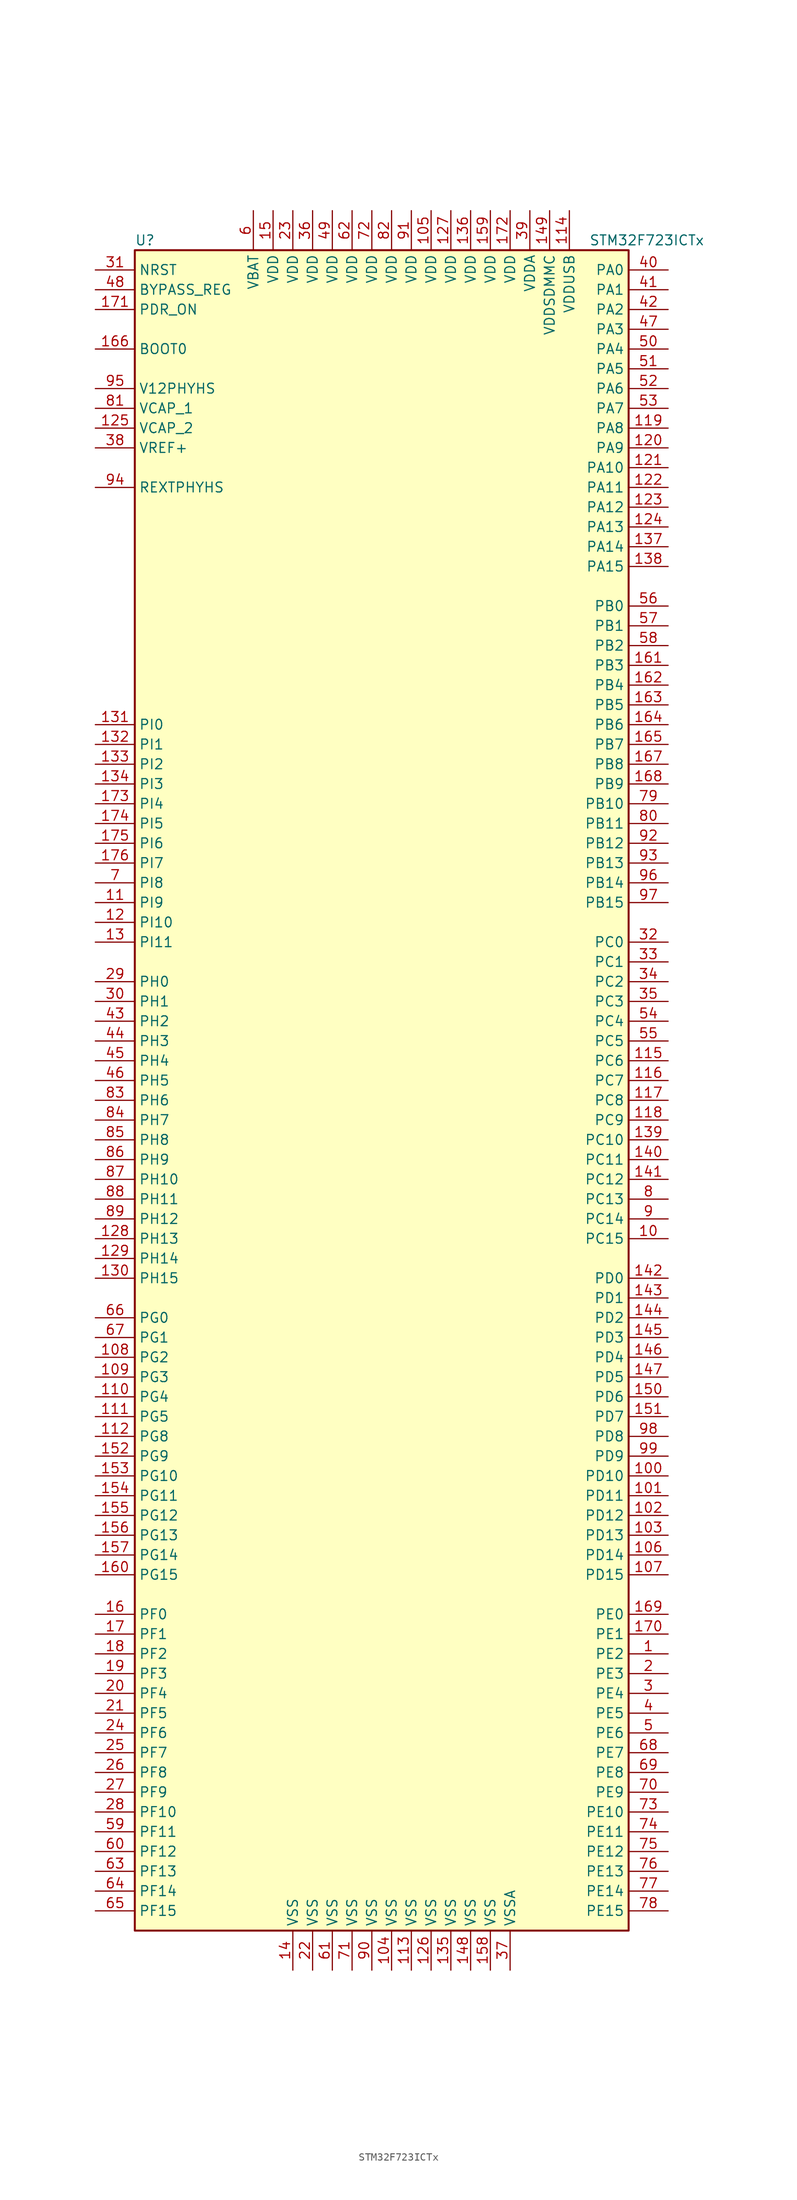
<source format=kicad_sym>
(kicad_symbol_lib
  (version 20211014)
  (generator kicad_symbol_editor)
  (symbol "STM32F723ICTx"
    (property "Reference" "U"
      (at -33.02 107.95 0)
      (effects (font (size 1.27 1.27)) (justify left)))
    (property "Value" "STM32F723ICTx"
      (at 25.4 107.95 0)
      (effects (font (size 1.27 1.27)) (justify left)))
    (symbol "STM32F723ICTx_0_1"
      (rectangle (start -33.02 -109.22) (end 30.48 106.68) (stroke (width 0.254) (type default) (color 0 0 0 0)) (fill (type background))))
    (symbol "STM32F723ICTx_1_1"
      (pin bidirectional line (at 35.56 -73.66 180) (length 5.08) (name "PE2" (effects (font (size 1.27 1.27)))) (number "1" (effects (font (size 1.27 1.27)))))
      (pin bidirectional line (at 35.56 -20.32 180) (length 5.08) (name "PC15" (effects (font (size 1.27 1.27)))) (number "10" (effects (font (size 1.27 1.27)))))
      (pin bidirectional line (at 35.56 -50.8 180) (length 5.08) (name "PD10" (effects (font (size 1.27 1.27)))) (number "100" (effects (font (size 1.27 1.27)))))
      (pin bidirectional line (at 35.56 -53.34 180) (length 5.08) (name "PD11" (effects (font (size 1.27 1.27)))) (number "101" (effects (font (size 1.27 1.27)))))
      (pin bidirectional line (at 35.56 -55.88 180) (length 5.08) (name "PD12" (effects (font (size 1.27 1.27)))) (number "102" (effects (font (size 1.27 1.27)))))
      (pin bidirectional line (at 35.56 -58.42 180) (length 5.08) (name "PD13" (effects (font (size 1.27 1.27)))) (number "103" (effects (font (size 1.27 1.27)))))
      (pin power_in line (at 0 -114.3 90) (length 5.08) (name "VSS" (effects (font (size 1.27 1.27)))) (number "104" (effects (font (size 1.27 1.27)))))
      (pin power_in line (at 5.08 111.76 270) (length 5.08) (name "VDD" (effects (font (size 1.27 1.27)))) (number "105" (effects (font (size 1.27 1.27)))))
      (pin bidirectional line (at 35.56 -60.96 180) (length 5.08) (name "PD14" (effects (font (size 1.27 1.27)))) (number "106" (effects (font (size 1.27 1.27)))))
      (pin bidirectional line (at 35.56 -63.5 180) (length 5.08) (name "PD15" (effects (font (size 1.27 1.27)))) (number "107" (effects (font (size 1.27 1.27)))))
      (pin bidirectional line (at -38.1 -35.56 0) (length 5.08) (name "PG2" (effects (font (size 1.27 1.27)))) (number "108" (effects (font (size 1.27 1.27)))))
      (pin bidirectional line (at -38.1 -38.1 0) (length 5.08) (name "PG3" (effects (font (size 1.27 1.27)))) (number "109" (effects (font (size 1.27 1.27)))))
      (pin bidirectional line (at -38.1 22.86 0) (length 5.08) (name "PI9" (effects (font (size 1.27 1.27)))) (number "11" (effects (font (size 1.27 1.27)))))
      (pin bidirectional line (at -38.1 -40.64 0) (length 5.08) (name "PG4" (effects (font (size 1.27 1.27)))) (number "110" (effects (font (size 1.27 1.27)))))
      (pin bidirectional line (at -38.1 -43.18 0) (length 5.08) (name "PG5" (effects (font (size 1.27 1.27)))) (number "111" (effects (font (size 1.27 1.27)))))
      (pin bidirectional line (at -38.1 -45.72 0) (length 5.08) (name "PG8" (effects (font (size 1.27 1.27)))) (number "112" (effects (font (size 1.27 1.27)))))
      (pin power_in line (at 2.54 -114.3 90) (length 5.08) (name "VSS" (effects (font (size 1.27 1.27)))) (number "113" (effects (font (size 1.27 1.27)))))
      (pin power_in line (at 22.86 111.76 270) (length 5.08) (name "VDDUSB" (effects (font (size 1.27 1.27)))) (number "114" (effects (font (size 1.27 1.27)))))
      (pin bidirectional line (at 35.56 2.54 180) (length 5.08) (name "PC6" (effects (font (size 1.27 1.27)))) (number "115" (effects (font (size 1.27 1.27)))))
      (pin bidirectional line (at 35.56 0 180) (length 5.08) (name "PC7" (effects (font (size 1.27 1.27)))) (number "116" (effects (font (size 1.27 1.27)))))
      (pin bidirectional line (at 35.56 -2.54 180) (length 5.08) (name "PC8" (effects (font (size 1.27 1.27)))) (number "117" (effects (font (size 1.27 1.27)))))
      (pin bidirectional line (at 35.56 -5.08 180) (length 5.08) (name "PC9" (effects (font (size 1.27 1.27)))) (number "118" (effects (font (size 1.27 1.27)))))
      (pin bidirectional line (at 35.56 83.82 180) (length 5.08) (name "PA8" (effects (font (size 1.27 1.27)))) (number "119" (effects (font (size 1.27 1.27)))))
      (pin bidirectional line (at -38.1 20.32 0) (length 5.08) (name "PI10" (effects (font (size 1.27 1.27)))) (number "12" (effects (font (size 1.27 1.27)))))
      (pin bidirectional line (at 35.56 81.28 180) (length 5.08) (name "PA9" (effects (font (size 1.27 1.27)))) (number "120" (effects (font (size 1.27 1.27)))))
      (pin bidirectional line (at 35.56 78.74 180) (length 5.08) (name "PA10" (effects (font (size 1.27 1.27)))) (number "121" (effects (font (size 1.27 1.27)))))
      (pin bidirectional line (at 35.56 76.2 180) (length 5.08) (name "PA11" (effects (font (size 1.27 1.27)))) (number "122" (effects (font (size 1.27 1.27)))))
      (pin bidirectional line (at 35.56 73.66 180) (length 5.08) (name "PA12" (effects (font (size 1.27 1.27)))) (number "123" (effects (font (size 1.27 1.27)))))
      (pin bidirectional line (at 35.56 71.12 180) (length 5.08) (name "PA13" (effects (font (size 1.27 1.27)))) (number "124" (effects (font (size 1.27 1.27)))))
      (pin power_in line (at -38.1 83.82 0) (length 5.08) (name "VCAP_2" (effects (font (size 1.27 1.27)))) (number "125" (effects (font (size 1.27 1.27)))))
      (pin power_in line (at 5.08 -114.3 90) (length 5.08) (name "VSS" (effects (font (size 1.27 1.27)))) (number "126" (effects (font (size 1.27 1.27)))))
      (pin power_in line (at 7.62 111.76 270) (length 5.08) (name "VDD" (effects (font (size 1.27 1.27)))) (number "127" (effects (font (size 1.27 1.27)))))
      (pin bidirectional line (at -38.1 -20.32 0) (length 5.08) (name "PH13" (effects (font (size 1.27 1.27)))) (number "128" (effects (font (size 1.27 1.27)))))
      (pin bidirectional line (at -38.1 -22.86 0) (length 5.08) (name "PH14" (effects (font (size 1.27 1.27)))) (number "129" (effects (font (size 1.27 1.27)))))
      (pin bidirectional line (at -38.1 17.78 0) (length 5.08) (name "PI11" (effects (font (size 1.27 1.27)))) (number "13" (effects (font (size 1.27 1.27)))))
      (pin bidirectional line (at -38.1 -25.4 0) (length 5.08) (name "PH15" (effects (font (size 1.27 1.27)))) (number "130" (effects (font (size 1.27 1.27)))))
      (pin bidirectional line (at -38.1 45.72 0) (length 5.08) (name "PI0" (effects (font (size 1.27 1.27)))) (number "131" (effects (font (size 1.27 1.27)))))
      (pin bidirectional line (at -38.1 43.18 0) (length 5.08) (name "PI1" (effects (font (size 1.27 1.27)))) (number "132" (effects (font (size 1.27 1.27)))))
      (pin bidirectional line (at -38.1 40.64 0) (length 5.08) (name "PI2" (effects (font (size 1.27 1.27)))) (number "133" (effects (font (size 1.27 1.27)))))
      (pin bidirectional line (at -38.1 38.1 0) (length 5.08) (name "PI3" (effects (font (size 1.27 1.27)))) (number "134" (effects (font (size 1.27 1.27)))))
      (pin power_in line (at 7.62 -114.3 90) (length 5.08) (name "VSS" (effects (font (size 1.27 1.27)))) (number "135" (effects (font (size 1.27 1.27)))))
      (pin power_in line (at 10.16 111.76 270) (length 5.08) (name "VDD" (effects (font (size 1.27 1.27)))) (number "136" (effects (font (size 1.27 1.27)))))
      (pin bidirectional line (at 35.56 68.58 180) (length 5.08) (name "PA14" (effects (font (size 1.27 1.27)))) (number "137" (effects (font (size 1.27 1.27)))))
      (pin bidirectional line (at 35.56 66.04 180) (length 5.08) (name "PA15" (effects (font (size 1.27 1.27)))) (number "138" (effects (font (size 1.27 1.27)))))
      (pin bidirectional line (at 35.56 -7.62 180) (length 5.08) (name "PC10" (effects (font (size 1.27 1.27)))) (number "139" (effects (font (size 1.27 1.27)))))
      (pin power_in line (at -12.7 -114.3 90) (length 5.08) (name "VSS" (effects (font (size 1.27 1.27)))) (number "14" (effects (font (size 1.27 1.27)))))
      (pin bidirectional line (at 35.56 -10.16 180) (length 5.08) (name "PC11" (effects (font (size 1.27 1.27)))) (number "140" (effects (font (size 1.27 1.27)))))
      (pin bidirectional line (at 35.56 -12.7 180) (length 5.08) (name "PC12" (effects (font (size 1.27 1.27)))) (number "141" (effects (font (size 1.27 1.27)))))
      (pin bidirectional line (at 35.56 -25.4 180) (length 5.08) (name "PD0" (effects (font (size 1.27 1.27)))) (number "142" (effects (font (size 1.27 1.27)))))
      (pin bidirectional line (at 35.56 -27.94 180) (length 5.08) (name "PD1" (effects (font (size 1.27 1.27)))) (number "143" (effects (font (size 1.27 1.27)))))
      (pin bidirectional line (at 35.56 -30.48 180) (length 5.08) (name "PD2" (effects (font (size 1.27 1.27)))) (number "144" (effects (font (size 1.27 1.27)))))
      (pin bidirectional line (at 35.56 -33.02 180) (length 5.08) (name "PD3" (effects (font (size 1.27 1.27)))) (number "145" (effects (font (size 1.27 1.27)))))
      (pin bidirectional line (at 35.56 -35.56 180) (length 5.08) (name "PD4" (effects (font (size 1.27 1.27)))) (number "146" (effects (font (size 1.27 1.27)))))
      (pin bidirectional line (at 35.56 -38.1 180) (length 5.08) (name "PD5" (effects (font (size 1.27 1.27)))) (number "147" (effects (font (size 1.27 1.27)))))
      (pin power_in line (at 10.16 -114.3 90) (length 5.08) (name "VSS" (effects (font (size 1.27 1.27)))) (number "148" (effects (font (size 1.27 1.27)))))
      (pin power_in line (at 20.32 111.76 270) (length 5.08) (name "VDDSDMMC" (effects (font (size 1.27 1.27)))) (number "149" (effects (font (size 1.27 1.27)))))
      (pin power_in line (at -15.24 111.76 270) (length 5.08) (name "VDD" (effects (font (size 1.27 1.27)))) (number "15" (effects (font (size 1.27 1.27)))))
      (pin bidirectional line (at 35.56 -40.64 180) (length 5.08) (name "PD6" (effects (font (size 1.27 1.27)))) (number "150" (effects (font (size 1.27 1.27)))))
      (pin bidirectional line (at 35.56 -43.18 180) (length 5.08) (name "PD7" (effects (font (size 1.27 1.27)))) (number "151" (effects (font (size 1.27 1.27)))))
      (pin bidirectional line (at -38.1 -48.26 0) (length 5.08) (name "PG9" (effects (font (size 1.27 1.27)))) (number "152" (effects (font (size 1.27 1.27)))))
      (pin bidirectional line (at -38.1 -50.8 0) (length 5.08) (name "PG10" (effects (font (size 1.27 1.27)))) (number "153" (effects (font (size 1.27 1.27)))))
      (pin bidirectional line (at -38.1 -53.34 0) (length 5.08) (name "PG11" (effects (font (size 1.27 1.27)))) (number "154" (effects (font (size 1.27 1.27)))))
      (pin bidirectional line (at -38.1 -55.88 0) (length 5.08) (name "PG12" (effects (font (size 1.27 1.27)))) (number "155" (effects (font (size 1.27 1.27)))))
      (pin bidirectional line (at -38.1 -58.42 0) (length 5.08) (name "PG13" (effects (font (size 1.27 1.27)))) (number "156" (effects (font (size 1.27 1.27)))))
      (pin bidirectional line (at -38.1 -60.96 0) (length 5.08) (name "PG14" (effects (font (size 1.27 1.27)))) (number "157" (effects (font (size 1.27 1.27)))))
      (pin power_in line (at 12.7 -114.3 90) (length 5.08) (name "VSS" (effects (font (size 1.27 1.27)))) (number "158" (effects (font (size 1.27 1.27)))))
      (pin power_in line (at 12.7 111.76 270) (length 5.08) (name "VDD" (effects (font (size 1.27 1.27)))) (number "159" (effects (font (size 1.27 1.27)))))
      (pin bidirectional line (at -38.1 -68.58 0) (length 5.08) (name "PF0" (effects (font (size 1.27 1.27)))) (number "16" (effects (font (size 1.27 1.27)))))
      (pin bidirectional line (at -38.1 -63.5 0) (length 5.08) (name "PG15" (effects (font (size 1.27 1.27)))) (number "160" (effects (font (size 1.27 1.27)))))
      (pin bidirectional line (at 35.56 53.34 180) (length 5.08) (name "PB3" (effects (font (size 1.27 1.27)))) (number "161" (effects (font (size 1.27 1.27)))))
      (pin bidirectional line (at 35.56 50.8 180) (length 5.08) (name "PB4" (effects (font (size 1.27 1.27)))) (number "162" (effects (font (size 1.27 1.27)))))
      (pin bidirectional line (at 35.56 48.26 180) (length 5.08) (name "PB5" (effects (font (size 1.27 1.27)))) (number "163" (effects (font (size 1.27 1.27)))))
      (pin bidirectional line (at 35.56 45.72 180) (length 5.08) (name "PB6" (effects (font (size 1.27 1.27)))) (number "164" (effects (font (size 1.27 1.27)))))
      (pin bidirectional line (at 35.56 43.18 180) (length 5.08) (name "PB7" (effects (font (size 1.27 1.27)))) (number "165" (effects (font (size 1.27 1.27)))))
      (pin input line (at -38.1 93.98 0) (length 5.08) (name "BOOT0" (effects (font (size 1.27 1.27)))) (number "166" (effects (font (size 1.27 1.27)))))
      (pin bidirectional line (at 35.56 40.64 180) (length 5.08) (name "PB8" (effects (font (size 1.27 1.27)))) (number "167" (effects (font (size 1.27 1.27)))))
      (pin bidirectional line (at 35.56 38.1 180) (length 5.08) (name "PB9" (effects (font (size 1.27 1.27)))) (number "168" (effects (font (size 1.27 1.27)))))
      (pin bidirectional line (at 35.56 -68.58 180) (length 5.08) (name "PE0" (effects (font (size 1.27 1.27)))) (number "169" (effects (font (size 1.27 1.27)))))
      (pin bidirectional line (at -38.1 -71.12 0) (length 5.08) (name "PF1" (effects (font (size 1.27 1.27)))) (number "17" (effects (font (size 1.27 1.27)))))
      (pin bidirectional line (at 35.56 -71.12 180) (length 5.08) (name "PE1" (effects (font (size 1.27 1.27)))) (number "170" (effects (font (size 1.27 1.27)))))
      (pin input line (at -38.1 99.06 0) (length 5.08) (name "PDR_ON" (effects (font (size 1.27 1.27)))) (number "171" (effects (font (size 1.27 1.27)))))
      (pin power_in line (at 15.24 111.76 270) (length 5.08) (name "VDD" (effects (font (size 1.27 1.27)))) (number "172" (effects (font (size 1.27 1.27)))))
      (pin bidirectional line (at -38.1 35.56 0) (length 5.08) (name "PI4" (effects (font (size 1.27 1.27)))) (number "173" (effects (font (size 1.27 1.27)))))
      (pin bidirectional line (at -38.1 33.02 0) (length 5.08) (name "PI5" (effects (font (size 1.27 1.27)))) (number "174" (effects (font (size 1.27 1.27)))))
      (pin bidirectional line (at -38.1 30.48 0) (length 5.08) (name "PI6" (effects (font (size 1.27 1.27)))) (number "175" (effects (font (size 1.27 1.27)))))
      (pin bidirectional line (at -38.1 27.94 0) (length 5.08) (name "PI7" (effects (font (size 1.27 1.27)))) (number "176" (effects (font (size 1.27 1.27)))))
      (pin bidirectional line (at -38.1 -73.66 0) (length 5.08) (name "PF2" (effects (font (size 1.27 1.27)))) (number "18" (effects (font (size 1.27 1.27)))))
      (pin bidirectional line (at -38.1 -76.2 0) (length 5.08) (name "PF3" (effects (font (size 1.27 1.27)))) (number "19" (effects (font (size 1.27 1.27)))))
      (pin bidirectional line (at 35.56 -76.2 180) (length 5.08) (name "PE3" (effects (font (size 1.27 1.27)))) (number "2" (effects (font (size 1.27 1.27)))))
      (pin bidirectional line (at -38.1 -78.74 0) (length 5.08) (name "PF4" (effects (font (size 1.27 1.27)))) (number "20" (effects (font (size 1.27 1.27)))))
      (pin bidirectional line (at -38.1 -81.28 0) (length 5.08) (name "PF5" (effects (font (size 1.27 1.27)))) (number "21" (effects (font (size 1.27 1.27)))))
      (pin power_in line (at -10.16 -114.3 90) (length 5.08) (name "VSS" (effects (font (size 1.27 1.27)))) (number "22" (effects (font (size 1.27 1.27)))))
      (pin power_in line (at -12.7 111.76 270) (length 5.08) (name "VDD" (effects (font (size 1.27 1.27)))) (number "23" (effects (font (size 1.27 1.27)))))
      (pin bidirectional line (at -38.1 -83.82 0) (length 5.08) (name "PF6" (effects (font (size 1.27 1.27)))) (number "24" (effects (font (size 1.27 1.27)))))
      (pin bidirectional line (at -38.1 -86.36 0) (length 5.08) (name "PF7" (effects (font (size 1.27 1.27)))) (number "25" (effects (font (size 1.27 1.27)))))
      (pin bidirectional line (at -38.1 -88.9 0) (length 5.08) (name "PF8" (effects (font (size 1.27 1.27)))) (number "26" (effects (font (size 1.27 1.27)))))
      (pin bidirectional line (at -38.1 -91.44 0) (length 5.08) (name "PF9" (effects (font (size 1.27 1.27)))) (number "27" (effects (font (size 1.27 1.27)))))
      (pin bidirectional line (at -38.1 -93.98 0) (length 5.08) (name "PF10" (effects (font (size 1.27 1.27)))) (number "28" (effects (font (size 1.27 1.27)))))
      (pin input line (at -38.1 12.7 0) (length 5.08) (name "PH0" (effects (font (size 1.27 1.27)))) (number "29" (effects (font (size 1.27 1.27)))))
      (pin bidirectional line (at 35.56 -78.74 180) (length 5.08) (name "PE4" (effects (font (size 1.27 1.27)))) (number "3" (effects (font (size 1.27 1.27)))))
      (pin input line (at -38.1 10.16 0) (length 5.08) (name "PH1" (effects (font (size 1.27 1.27)))) (number "30" (effects (font (size 1.27 1.27)))))
      (pin input line (at -38.1 104.14 0) (length 5.08) (name "NRST" (effects (font (size 1.27 1.27)))) (number "31" (effects (font (size 1.27 1.27)))))
      (pin bidirectional line (at 35.56 17.78 180) (length 5.08) (name "PC0" (effects (font (size 1.27 1.27)))) (number "32" (effects (font (size 1.27 1.27)))))
      (pin bidirectional line (at 35.56 15.24 180) (length 5.08) (name "PC1" (effects (font (size 1.27 1.27)))) (number "33" (effects (font (size 1.27 1.27)))))
      (pin bidirectional line (at 35.56 12.7 180) (length 5.08) (name "PC2" (effects (font (size 1.27 1.27)))) (number "34" (effects (font (size 1.27 1.27)))))
      (pin bidirectional line (at 35.56 10.16 180) (length 5.08) (name "PC3" (effects (font (size 1.27 1.27)))) (number "35" (effects (font (size 1.27 1.27)))))
      (pin power_in line (at -10.16 111.76 270) (length 5.08) (name "VDD" (effects (font (size 1.27 1.27)))) (number "36" (effects (font (size 1.27 1.27)))))
      (pin power_in line (at 15.24 -114.3 90) (length 5.08) (name "VSSA" (effects (font (size 1.27 1.27)))) (number "37" (effects (font (size 1.27 1.27)))))
      (pin power_in line (at -38.1 81.28 0) (length 5.08) (name "VREF+" (effects (font (size 1.27 1.27)))) (number "38" (effects (font (size 1.27 1.27)))))
      (pin power_in line (at 17.78 111.76 270) (length 5.08) (name "VDDA" (effects (font (size 1.27 1.27)))) (number "39" (effects (font (size 1.27 1.27)))))
      (pin bidirectional line (at 35.56 -81.28 180) (length 5.08) (name "PE5" (effects (font (size 1.27 1.27)))) (number "4" (effects (font (size 1.27 1.27)))))
      (pin bidirectional line (at 35.56 104.14 180) (length 5.08) (name "PA0" (effects (font (size 1.27 1.27)))) (number "40" (effects (font (size 1.27 1.27)))))
      (pin bidirectional line (at 35.56 101.6 180) (length 5.08) (name "PA1" (effects (font (size 1.27 1.27)))) (number "41" (effects (font (size 1.27 1.27)))))
      (pin bidirectional line (at 35.56 99.06 180) (length 5.08) (name "PA2" (effects (font (size 1.27 1.27)))) (number "42" (effects (font (size 1.27 1.27)))))
      (pin bidirectional line (at -38.1 7.62 0) (length 5.08) (name "PH2" (effects (font (size 1.27 1.27)))) (number "43" (effects (font (size 1.27 1.27)))))
      (pin bidirectional line (at -38.1 5.08 0) (length 5.08) (name "PH3" (effects (font (size 1.27 1.27)))) (number "44" (effects (font (size 1.27 1.27)))))
      (pin bidirectional line (at -38.1 2.54 0) (length 5.08) (name "PH4" (effects (font (size 1.27 1.27)))) (number "45" (effects (font (size 1.27 1.27)))))
      (pin bidirectional line (at -38.1 0 0) (length 5.08) (name "PH5" (effects (font (size 1.27 1.27)))) (number "46" (effects (font (size 1.27 1.27)))))
      (pin bidirectional line (at 35.56 96.52 180) (length 5.08) (name "PA3" (effects (font (size 1.27 1.27)))) (number "47" (effects (font (size 1.27 1.27)))))
      (pin input line (at -38.1 101.6 0) (length 5.08) (name "BYPASS_REG" (effects (font (size 1.27 1.27)))) (number "48" (effects (font (size 1.27 1.27)))))
      (pin power_in line (at -7.62 111.76 270) (length 5.08) (name "VDD" (effects (font (size 1.27 1.27)))) (number "49" (effects (font (size 1.27 1.27)))))
      (pin bidirectional line (at 35.56 -83.82 180) (length 5.08) (name "PE6" (effects (font (size 1.27 1.27)))) (number "5" (effects (font (size 1.27 1.27)))))
      (pin bidirectional line (at 35.56 93.98 180) (length 5.08) (name "PA4" (effects (font (size 1.27 1.27)))) (number "50" (effects (font (size 1.27 1.27)))))
      (pin bidirectional line (at 35.56 91.44 180) (length 5.08) (name "PA5" (effects (font (size 1.27 1.27)))) (number "51" (effects (font (size 1.27 1.27)))))
      (pin bidirectional line (at 35.56 88.9 180) (length 5.08) (name "PA6" (effects (font (size 1.27 1.27)))) (number "52" (effects (font (size 1.27 1.27)))))
      (pin bidirectional line (at 35.56 86.36 180) (length 5.08) (name "PA7" (effects (font (size 1.27 1.27)))) (number "53" (effects (font (size 1.27 1.27)))))
      (pin bidirectional line (at 35.56 7.62 180) (length 5.08) (name "PC4" (effects (font (size 1.27 1.27)))) (number "54" (effects (font (size 1.27 1.27)))))
      (pin bidirectional line (at 35.56 5.08 180) (length 5.08) (name "PC5" (effects (font (size 1.27 1.27)))) (number "55" (effects (font (size 1.27 1.27)))))
      (pin bidirectional line (at 35.56 60.96 180) (length 5.08) (name "PB0" (effects (font (size 1.27 1.27)))) (number "56" (effects (font (size 1.27 1.27)))))
      (pin bidirectional line (at 35.56 58.42 180) (length 5.08) (name "PB1" (effects (font (size 1.27 1.27)))) (number "57" (effects (font (size 1.27 1.27)))))
      (pin bidirectional line (at 35.56 55.88 180) (length 5.08) (name "PB2" (effects (font (size 1.27 1.27)))) (number "58" (effects (font (size 1.27 1.27)))))
      (pin bidirectional line (at -38.1 -96.52 0) (length 5.08) (name "PF11" (effects (font (size 1.27 1.27)))) (number "59" (effects (font (size 1.27 1.27)))))
      (pin power_in line (at -17.78 111.76 270) (length 5.08) (name "VBAT" (effects (font (size 1.27 1.27)))) (number "6" (effects (font (size 1.27 1.27)))))
      (pin bidirectional line (at -38.1 -99.06 0) (length 5.08) (name "PF12" (effects (font (size 1.27 1.27)))) (number "60" (effects (font (size 1.27 1.27)))))
      (pin power_in line (at -7.62 -114.3 90) (length 5.08) (name "VSS" (effects (font (size 1.27 1.27)))) (number "61" (effects (font (size 1.27 1.27)))))
      (pin power_in line (at -5.08 111.76 270) (length 5.08) (name "VDD" (effects (font (size 1.27 1.27)))) (number "62" (effects (font (size 1.27 1.27)))))
      (pin bidirectional line (at -38.1 -101.6 0) (length 5.08) (name "PF13" (effects (font (size 1.27 1.27)))) (number "63" (effects (font (size 1.27 1.27)))))
      (pin bidirectional line (at -38.1 -104.14 0) (length 5.08) (name "PF14" (effects (font (size 1.27 1.27)))) (number "64" (effects (font (size 1.27 1.27)))))
      (pin bidirectional line (at -38.1 -106.68 0) (length 5.08) (name "PF15" (effects (font (size 1.27 1.27)))) (number "65" (effects (font (size 1.27 1.27)))))
      (pin bidirectional line (at -38.1 -30.48 0) (length 5.08) (name "PG0" (effects (font (size 1.27 1.27)))) (number "66" (effects (font (size 1.27 1.27)))))
      (pin bidirectional line (at -38.1 -33.02 0) (length 5.08) (name "PG1" (effects (font (size 1.27 1.27)))) (number "67" (effects (font (size 1.27 1.27)))))
      (pin bidirectional line (at 35.56 -86.36 180) (length 5.08) (name "PE7" (effects (font (size 1.27 1.27)))) (number "68" (effects (font (size 1.27 1.27)))))
      (pin bidirectional line (at 35.56 -88.9 180) (length 5.08) (name "PE8" (effects (font (size 1.27 1.27)))) (number "69" (effects (font (size 1.27 1.27)))))
      (pin bidirectional line (at -38.1 25.4 0) (length 5.08) (name "PI8" (effects (font (size 1.27 1.27)))) (number "7" (effects (font (size 1.27 1.27)))))
      (pin bidirectional line (at 35.56 -91.44 180) (length 5.08) (name "PE9" (effects (font (size 1.27 1.27)))) (number "70" (effects (font (size 1.27 1.27)))))
      (pin power_in line (at -5.08 -114.3 90) (length 5.08) (name "VSS" (effects (font (size 1.27 1.27)))) (number "71" (effects (font (size 1.27 1.27)))))
      (pin power_in line (at -2.54 111.76 270) (length 5.08) (name "VDD" (effects (font (size 1.27 1.27)))) (number "72" (effects (font (size 1.27 1.27)))))
      (pin bidirectional line (at 35.56 -93.98 180) (length 5.08) (name "PE10" (effects (font (size 1.27 1.27)))) (number "73" (effects (font (size 1.27 1.27)))))
      (pin bidirectional line (at 35.56 -96.52 180) (length 5.08) (name "PE11" (effects (font (size 1.27 1.27)))) (number "74" (effects (font (size 1.27 1.27)))))
      (pin bidirectional line (at 35.56 -99.06 180) (length 5.08) (name "PE12" (effects (font (size 1.27 1.27)))) (number "75" (effects (font (size 1.27 1.27)))))
      (pin bidirectional line (at 35.56 -101.6 180) (length 5.08) (name "PE13" (effects (font (size 1.27 1.27)))) (number "76" (effects (font (size 1.27 1.27)))))
      (pin bidirectional line (at 35.56 -104.14 180) (length 5.08) (name "PE14" (effects (font (size 1.27 1.27)))) (number "77" (effects (font (size 1.27 1.27)))))
      (pin bidirectional line (at 35.56 -106.68 180) (length 5.08) (name "PE15" (effects (font (size 1.27 1.27)))) (number "78" (effects (font (size 1.27 1.27)))))
      (pin bidirectional line (at 35.56 35.56 180) (length 5.08) (name "PB10" (effects (font (size 1.27 1.27)))) (number "79" (effects (font (size 1.27 1.27)))))
      (pin bidirectional line (at 35.56 -15.24 180) (length 5.08) (name "PC13" (effects (font (size 1.27 1.27)))) (number "8" (effects (font (size 1.27 1.27)))))
      (pin bidirectional line (at 35.56 33.02 180) (length 5.08) (name "PB11" (effects (font (size 1.27 1.27)))) (number "80" (effects (font (size 1.27 1.27)))))
      (pin power_in line (at -38.1 86.36 0) (length 5.08) (name "VCAP_1" (effects (font (size 1.27 1.27)))) (number "81" (effects (font (size 1.27 1.27)))))
      (pin power_in line (at 0 111.76 270) (length 5.08) (name "VDD" (effects (font (size 1.27 1.27)))) (number "82" (effects (font (size 1.27 1.27)))))
      (pin bidirectional line (at -38.1 -2.54 0) (length 5.08) (name "PH6" (effects (font (size 1.27 1.27)))) (number "83" (effects (font (size 1.27 1.27)))))
      (pin bidirectional line (at -38.1 -5.08 0) (length 5.08) (name "PH7" (effects (font (size 1.27 1.27)))) (number "84" (effects (font (size 1.27 1.27)))))
      (pin bidirectional line (at -38.1 -7.62 0) (length 5.08) (name "PH8" (effects (font (size 1.27 1.27)))) (number "85" (effects (font (size 1.27 1.27)))))
      (pin bidirectional line (at -38.1 -10.16 0) (length 5.08) (name "PH9" (effects (font (size 1.27 1.27)))) (number "86" (effects (font (size 1.27 1.27)))))
      (pin bidirectional line (at -38.1 -12.7 0) (length 5.08) (name "PH10" (effects (font (size 1.27 1.27)))) (number "87" (effects (font (size 1.27 1.27)))))
      (pin bidirectional line (at -38.1 -15.24 0) (length 5.08) (name "PH11" (effects (font (size 1.27 1.27)))) (number "88" (effects (font (size 1.27 1.27)))))
      (pin bidirectional line (at -38.1 -17.78 0) (length 5.08) (name "PH12" (effects (font (size 1.27 1.27)))) (number "89" (effects (font (size 1.27 1.27)))))
      (pin bidirectional line (at 35.56 -17.78 180) (length 5.08) (name "PC14" (effects (font (size 1.27 1.27)))) (number "9" (effects (font (size 1.27 1.27)))))
      (pin power_in line (at -2.54 -114.3 90) (length 5.08) (name "VSS" (effects (font (size 1.27 1.27)))) (number "90" (effects (font (size 1.27 1.27)))))
      (pin power_in line (at 2.54 111.76 270) (length 5.08) (name "VDD" (effects (font (size 1.27 1.27)))) (number "91" (effects (font (size 1.27 1.27)))))
      (pin bidirectional line (at 35.56 30.48 180) (length 5.08) (name "PB12" (effects (font (size 1.27 1.27)))) (number "92" (effects (font (size 1.27 1.27)))))
      (pin bidirectional line (at 35.56 27.94 180) (length 5.08) (name "PB13" (effects (font (size 1.27 1.27)))) (number "93" (effects (font (size 1.27 1.27)))))
      (pin bidirectional line (at -38.1 76.2 0) (length 5.08) (name "REXTPHYHS" (effects (font (size 1.27 1.27)))) (number "94" (effects (font (size 1.27 1.27)))))
      (pin power_in line (at -38.1 88.9 0) (length 5.08) (name "V12PHYHS" (effects (font (size 1.27 1.27)))) (number "95" (effects (font (size 1.27 1.27)))))
      (pin bidirectional line (at 35.56 25.4 180) (length 5.08) (name "PB14" (effects (font (size 1.27 1.27)))) (number "96" (effects (font (size 1.27 1.27)))))
      (pin bidirectional line (at 35.56 22.86 180) (length 5.08) (name "PB15" (effects (font (size 1.27 1.27)))) (number "97" (effects (font (size 1.27 1.27)))))
      (pin bidirectional line (at 35.56 -45.72 180) (length 5.08) (name "PD8" (effects (font (size 1.27 1.27)))) (number "98" (effects (font (size 1.27 1.27)))))
      (pin bidirectional line (at 35.56 -48.26 180) (length 5.08) (name "PD9" (effects (font (size 1.27 1.27)))) (number "99" (effects (font (size 1.27 1.27))))))))
</source>
